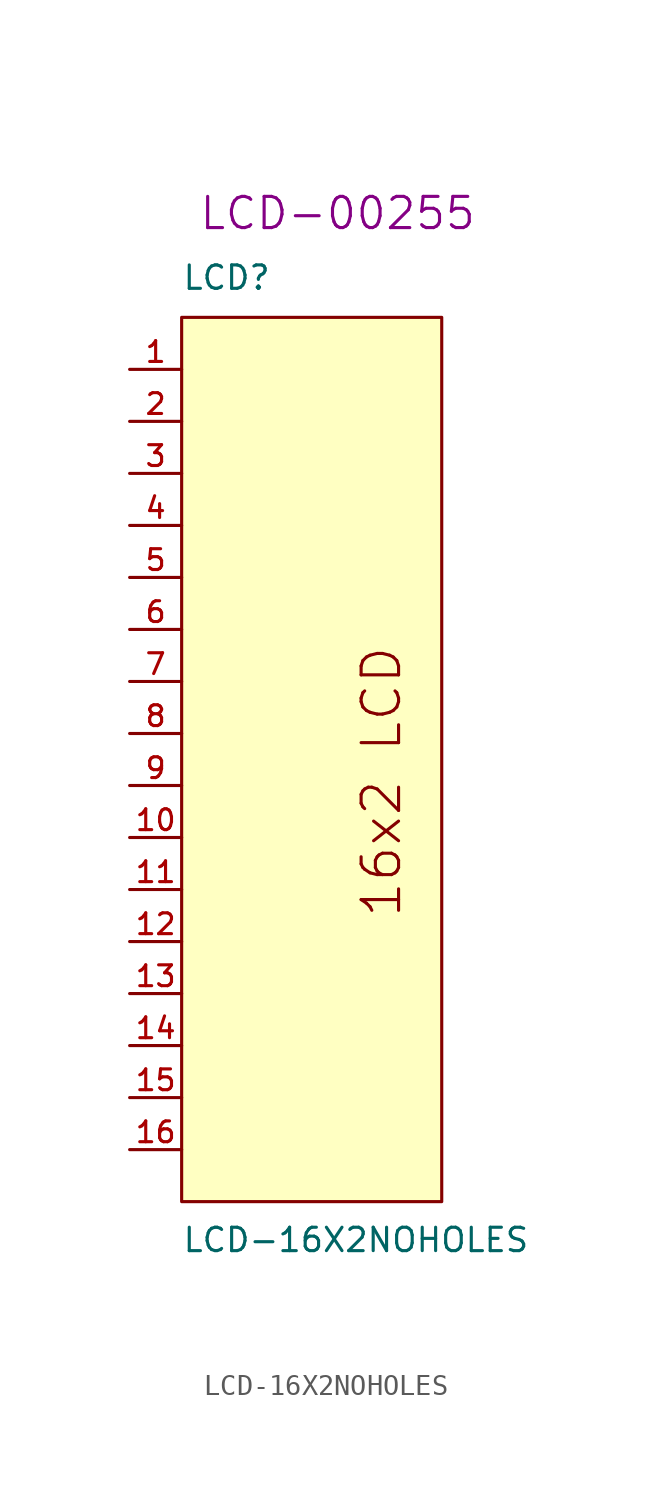
<source format=kicad_sym>
(kicad_symbol_lib
  (version 20211014)
  (generator kicad_symbol_editor)
  (symbol "LCD-16X2NOHOLES"
    (pin_names
      (offset 1.016) hide)
    (property "Reference" "LCD"
      (at -7.62 24.13 0)
      (effects (font (size 1.143 1.143)) (justify left bottom)))
    (property "Value" "LCD-16X2NOHOLES"
      (at -7.62 -22.86 0)
      (effects (font (size 1.143 1.143)) (justify left bottom)))
    (property "Field4" "LCD-00255"
      (at 0 27.94 0)
      (effects (font (size 1.524 1.524))))
    (property "ki_locked" ""
      (at 0 0 0)
      (effects (font (size 1.27 1.27))))
    (symbol "LCD-16X2NOHOLES_1_0"
      (text "16x2 LCD" (at 2.134 0.178 900) (effects (font (size 1.829 1.829)))))
    (symbol "LCD-16X2NOHOLES_1_1"
      (polyline (pts (xy -7.62 22.86) (xy -7.62 -20.32) (xy 5.08 -20.32) (xy 5.08 22.86) (xy -7.62 22.86)) (stroke (width 0) (type default) (color 0 0 0 0)) (fill (type background)))
      (pin power_in line (at -10.16 20.32 0) (length 2.54) (name "VSS" (effects (font (size 1.016 1.016)))) (number "1" (effects (font (size 1.016 1.016)))))
      (pin bidirectional line (at -10.16 -2.54 0) (length 2.54) (name "DB3" (effects (font (size 1.016 1.016)))) (number "10" (effects (font (size 1.016 1.016)))))
      (pin bidirectional line (at -10.16 -5.08 0) (length 2.54) (name "DB4" (effects (font (size 1.016 1.016)))) (number "11" (effects (font (size 1.016 1.016)))))
      (pin bidirectional line (at -10.16 -7.62 0) (length 2.54) (name "DB5" (effects (font (size 1.016 1.016)))) (number "12" (effects (font (size 1.016 1.016)))))
      (pin bidirectional line (at -10.16 -10.16 0) (length 2.54) (name "DB6" (effects (font (size 1.016 1.016)))) (number "13" (effects (font (size 1.016 1.016)))))
      (pin bidirectional line (at -10.16 -12.7 0) (length 2.54) (name "DB7" (effects (font (size 1.016 1.016)))) (number "14" (effects (font (size 1.016 1.016)))))
      (pin power_in line (at -10.16 -15.24 0) (length 2.54) (name "A" (effects (font (size 1.016 1.016)))) (number "15" (effects (font (size 1.016 1.016)))))
      (pin power_in line (at -10.16 -17.78 0) (length 2.54) (name "K" (effects (font (size 1.016 1.016)))) (number "16" (effects (font (size 1.016 1.016)))))
      (pin power_in line (at -10.16 17.78 0) (length 2.54) (name "VDD" (effects (font (size 1.016 1.016)))) (number "2" (effects (font (size 1.016 1.016)))))
      (pin bidirectional line (at -10.16 15.24 0) (length 2.54) (name "VO" (effects (font (size 1.016 1.016)))) (number "3" (effects (font (size 1.016 1.016)))))
      (pin input line (at -10.16 12.7 0) (length 2.54) (name "RS" (effects (font (size 1.016 1.016)))) (number "4" (effects (font (size 1.016 1.016)))))
      (pin input line (at -10.16 10.16 0) (length 2.54) (name "R/W" (effects (font (size 1.016 1.016)))) (number "5" (effects (font (size 1.016 1.016)))))
      (pin input line (at -10.16 7.62 0) (length 2.54) (name "E" (effects (font (size 1.016 1.016)))) (number "6" (effects (font (size 1.016 1.016)))))
      (pin bidirectional line (at -10.16 5.08 0) (length 2.54) (name "DB0" (effects (font (size 1.016 1.016)))) (number "7" (effects (font (size 1.016 1.016)))))
      (pin bidirectional line (at -10.16 2.54 0) (length 2.54) (name "DB1" (effects (font (size 1.016 1.016)))) (number "8" (effects (font (size 1.016 1.016)))))
      (pin bidirectional line (at -10.16 0 0) (length 2.54) (name "DB2" (effects (font (size 1.016 1.016)))) (number "9" (effects (font (size 1.016 1.016))))))))
</source>
